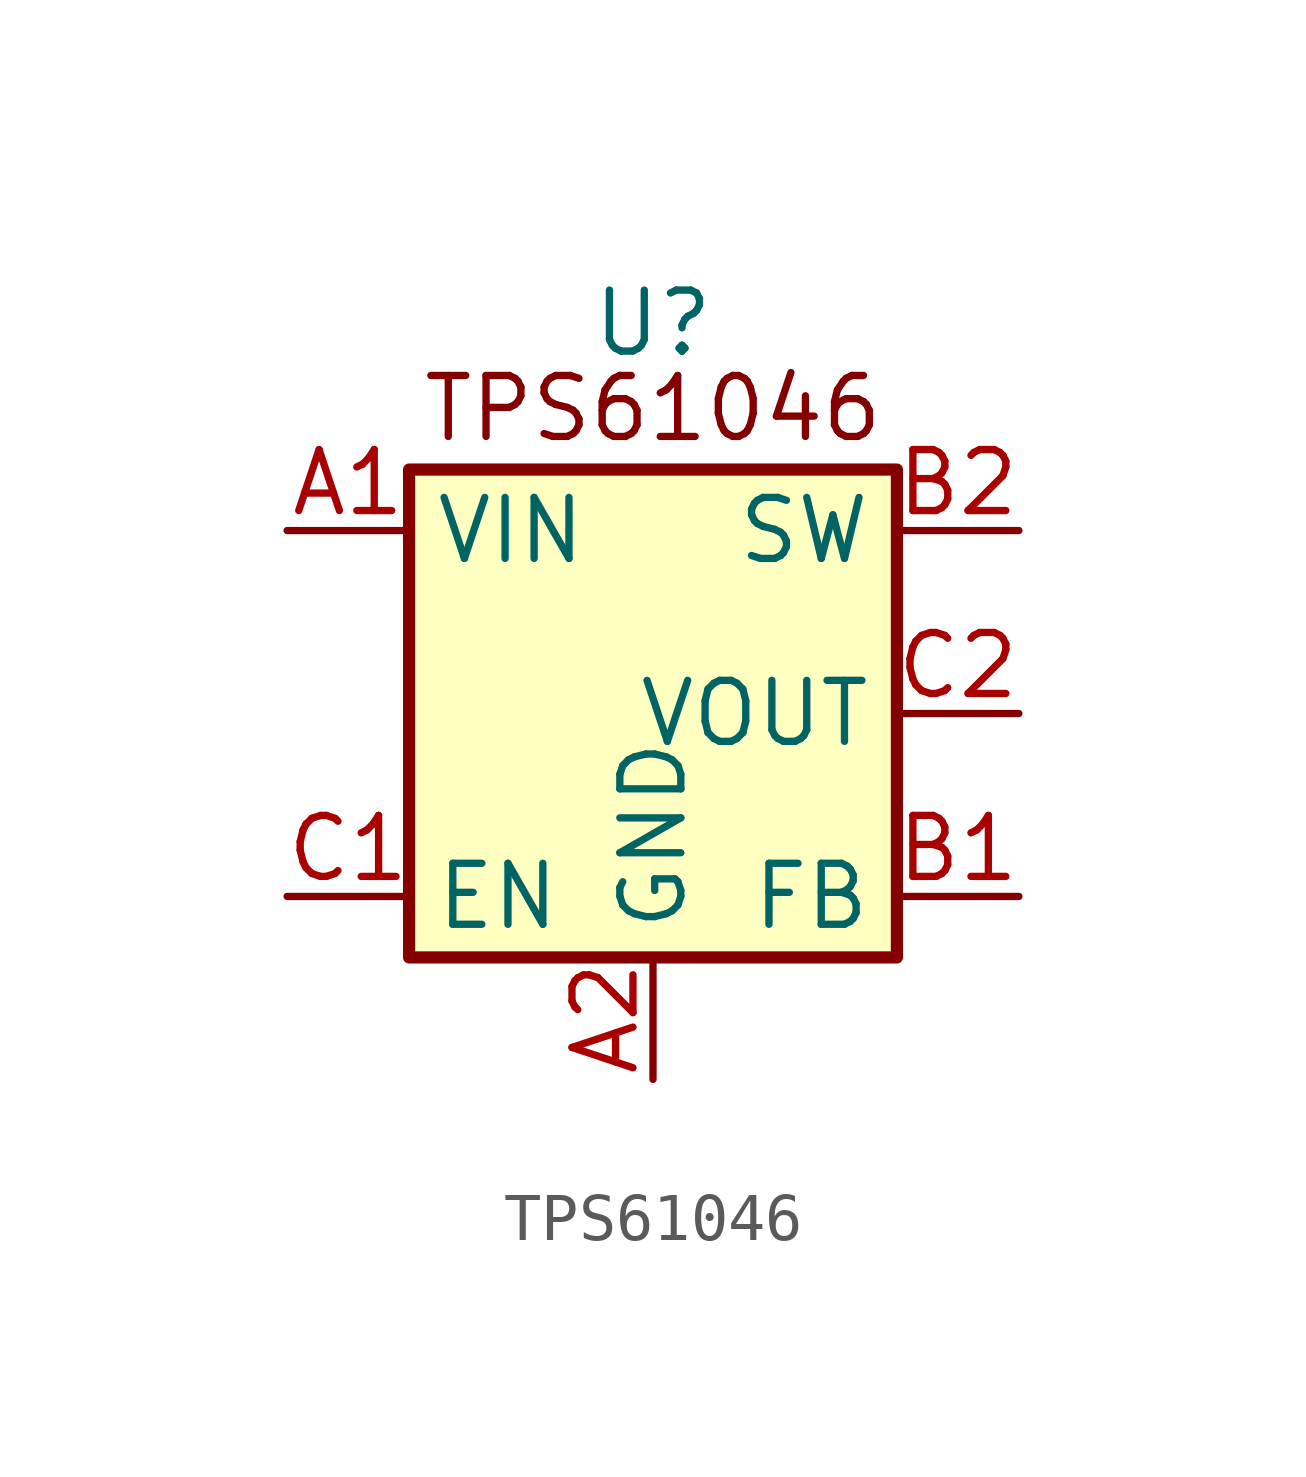
<source format=kicad_sym>
(kicad_symbol_lib
  (version 20231120)
  (generator "kicad_symbol_editor")
  (generator_version "8.0")
  (symbol "TPS61046"
    (property "Reference" "U"
      (at 0 8.128 0)
      (effects (font (size 1.27 1.27))))
    (property "Value" ""
      (at 0 0 0)
      (effects (font (size 1.27 1.27))))
    (symbol "TPS61046_0_1"
      (rectangle (start -5.08 5.08) (end 5.08 -5.08) (stroke (width 0.254) (type default)) (fill (type background))))
    (symbol "TPS61046_1_1"
      (text "TPS61046" (at 0 6.35 0) (effects (font (size 1.27 1.27))))
      (pin power_in line (at -7.62 3.81 0) (length 2.54) (name "VIN" (effects (font (size 1.27 1.27)))) (number "A1" (effects (font (size 1.27 1.27)))))
      (pin power_in line (at 0 -7.62 90) (length 2.54) (name "GND" (effects (font (size 1.27 1.27)))) (number "A2" (effects (font (size 1.27 1.27)))))
      (pin input line (at 7.62 -3.81 180) (length 2.54) (name "FB" (effects (font (size 1.27 1.27)))) (number "B1" (effects (font (size 1.27 1.27)))))
      (pin power_out line (at 7.62 3.81 180) (length 2.54) (name "SW" (effects (font (size 1.27 1.27)))) (number "B2" (effects (font (size 1.27 1.27)))))
      (pin input line (at -7.62 -3.81 0) (length 2.54) (name "EN" (effects (font (size 1.27 1.27)))) (number "C1" (effects (font (size 1.27 1.27)))))
      (pin power_out line (at 7.62 0 180) (length 2.54) (name "VOUT" (effects (font (size 1.27 1.27)))) (number "C2" (effects (font (size 1.27 1.27))))))))
</source>
